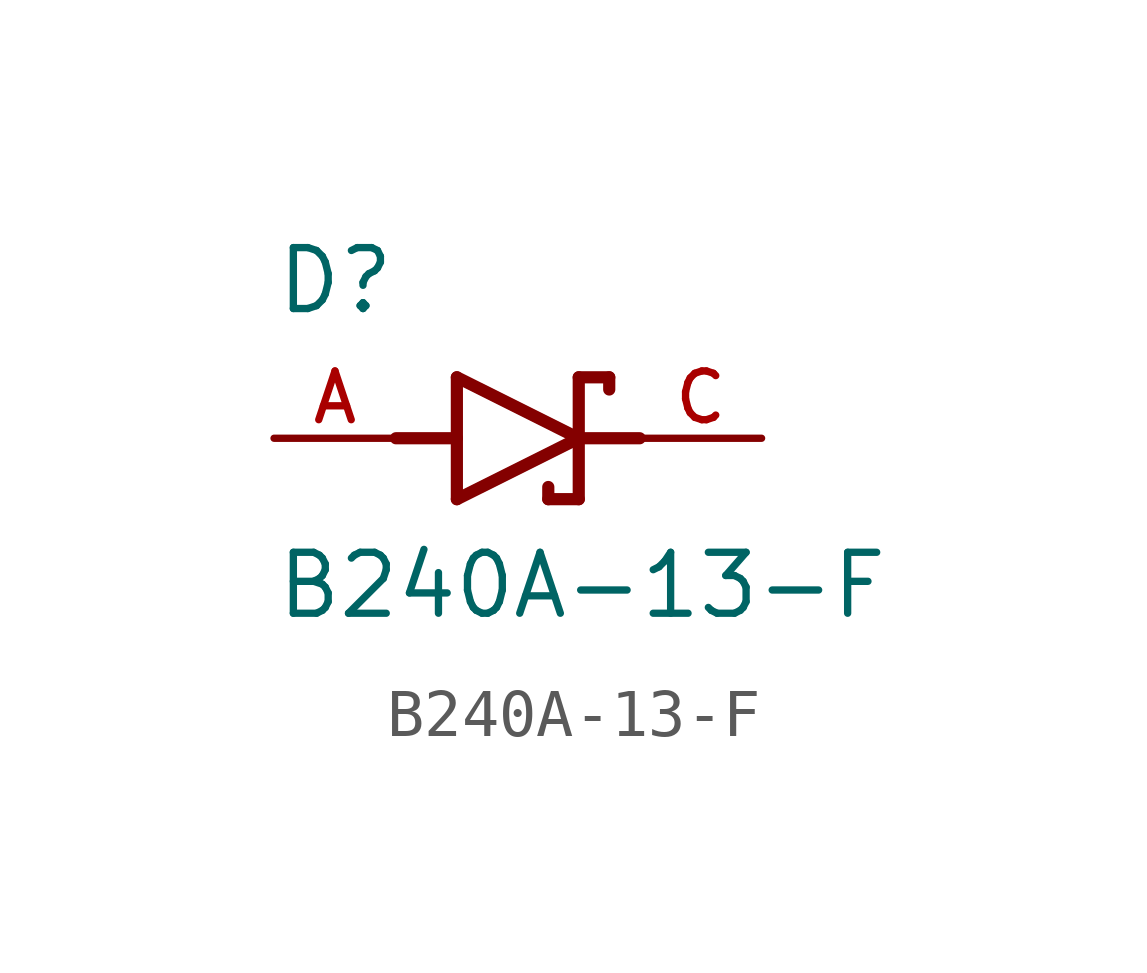
<source format=kicad_sym>
(kicad_symbol_lib
  (version 20211014)
  (generator kicad_symbol_editor)
  (symbol "B240A-13-F"
    (pin_names
      (offset 1.016))
    (property "Reference" "D"
      (at -5.08 2.54 0)
      (effects (font (size 1.27 1.27)) (justify bottom left)))
    (property "Value" "B240A-13-F"
      (at -5.08 -3.81 0)
      (effects (font (size 1.27 1.27)) (justify bottom left)))
    (symbol "B240A-13-F_0_0"
      (polyline (pts (xy -1.27 -1.27) (xy 1.27 0.0)) (stroke (width 0.254)))
      (polyline (pts (xy 1.27 0.0) (xy -1.27 1.27)) (stroke (width 0.254)))
      (polyline (pts (xy 1.905 1.27) (xy 1.27 1.27)) (stroke (width 0.254)))
      (polyline (pts (xy -1.27 1.27) (xy -1.27 -1.27)) (stroke (width 0.254)))
      (polyline (pts (xy 1.27 1.27) (xy 1.27 -1.27)) (stroke (width 0.254)))
      (polyline (pts (xy 1.905 1.27) (xy 1.905 1.016)) (stroke (width 0.254)))
      (polyline (pts (xy 1.27 -1.27) (xy 0.635 -1.27)) (stroke (width 0.254)))
      (polyline (pts (xy 0.635 -1.016) (xy 0.635 -1.27)) (stroke (width 0.254)))
      (polyline (pts (xy -2.54 0.0) (xy -1.27 0.0)) (stroke (width 0.254)))
      (polyline (pts (xy 2.54 0.0) (xy 1.27 0.0)) (stroke (width 0.254)))
      (pin passive line (at 5.08 0.0 180.0) (length 2.54) (name "~" (effects (font (size 1.016 1.016)))) (number "C" (effects (font (size 1.016 1.016)))))
      (pin passive line (at -5.08 0.0 0) (length 2.54) (name "~" (effects (font (size 1.016 1.016)))) (number "A" (effects (font (size 1.016 1.016))))))))
</source>
